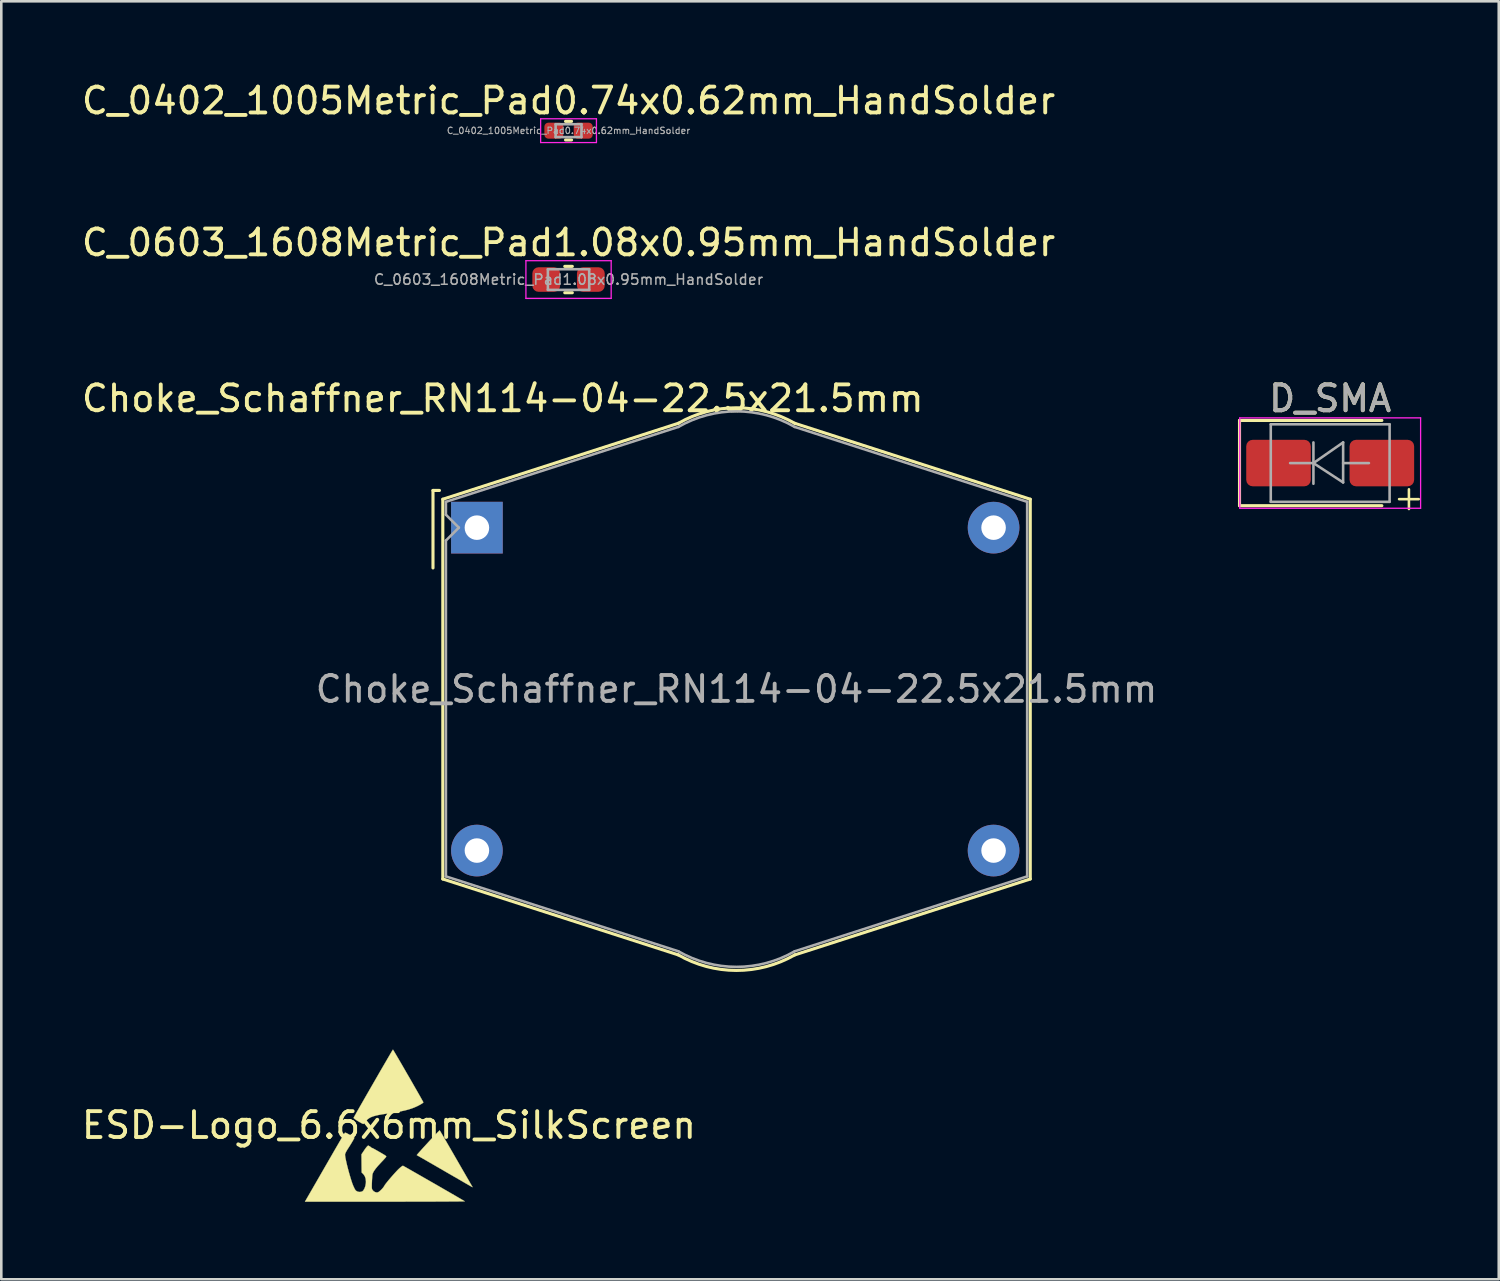
<source format=kicad_pcb>
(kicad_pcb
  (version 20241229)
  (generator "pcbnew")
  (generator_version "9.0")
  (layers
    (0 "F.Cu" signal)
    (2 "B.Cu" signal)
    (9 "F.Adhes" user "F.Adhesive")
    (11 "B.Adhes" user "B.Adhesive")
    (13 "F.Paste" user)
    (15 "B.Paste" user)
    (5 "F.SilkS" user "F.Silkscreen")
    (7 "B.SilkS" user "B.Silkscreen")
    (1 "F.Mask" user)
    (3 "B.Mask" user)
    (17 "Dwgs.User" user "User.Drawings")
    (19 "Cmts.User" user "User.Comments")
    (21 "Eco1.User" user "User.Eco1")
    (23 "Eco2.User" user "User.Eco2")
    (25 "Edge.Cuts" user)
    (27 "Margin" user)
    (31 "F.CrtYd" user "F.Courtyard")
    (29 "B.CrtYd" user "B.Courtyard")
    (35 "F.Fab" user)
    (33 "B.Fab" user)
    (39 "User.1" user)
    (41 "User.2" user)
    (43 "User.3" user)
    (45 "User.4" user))
  (footprint "Choke_Schaffner_RN114-04-22.5x21.5mm"
    (layer "F.Cu")
    (at 15.411 17.375)
    (property "Reference" "Choke_Schaffner_RN114-04-22.5x21.5mm" (at 1 -5 0) (layer "F.SilkS") (effects (font (size 1 1) (thickness 0.15))))
    (attr through_hole)
    (fp_line (start -1.7 -1.44) (end -1.7 1.56) (stroke (width 0.12) (type solid)) (layer "F.SilkS"))
    (fp_line (start -1.7 -1.44) (end -1.45 -1.44) (stroke (width 0.12) (type solid)) (layer "F.SilkS"))
    (fp_line (start -1.32 -1.1) (end 7.8 -4.04) (stroke (width 0.12) (type solid)) (layer "F.SilkS"))
    (fp_line (start -1.32 13.6) (end -1.32 -1.1) (stroke (width 0.12) (type solid)) (layer "F.SilkS"))
    (fp_line (start 7.8 16.54) (end -1.32 13.6) (stroke (width 0.12) (type solid)) (layer "F.SilkS"))
    (fp_line (start 12.3 -4.04) (end 21.42 -1.1) (stroke (width 0.12) (type solid)) (layer "F.SilkS"))
    (fp_line (start 21.42 -1.1) (end 21.42 13.6) (stroke (width 0.12) (type solid)) (layer "F.SilkS"))
    (fp_line (start 21.42 13.6) (end 12.3 16.54) (stroke (width 0.12) (type solid)) (layer "F.SilkS"))
    (fp_arc (start 7.8 -4.04) (mid 10.061443 -4.63982) (end 12.31982 -4.028557) (stroke (width 0.12) (type solid)) (layer "F.SilkS"))
    (fp_arc (start 12.3 16.54) (mid 10.038557 17.13982) (end 7.78018 16.528557) (stroke (width 0.12) (type solid)) (layer "F.SilkS"))
    (fp_line (start -1.2 -1) (end 7.8 -3.9) (stroke (width 0.1) (type solid)) (layer "F.Fab"))
    (fp_line (start -1.2 -0.5) (end -1.2 -1) (stroke (width 0.1) (type solid)) (layer "F.Fab"))
    (fp_line (start -1.2 0.5) (end -0.7 0) (stroke (width 0.1) (type solid)) (layer "F.Fab"))
    (fp_line (start -1.2 13.5) (end -1.2 0.5) (stroke (width 0.1) (type solid)) (layer "F.Fab"))
    (fp_line (start -0.7 0) (end -1.2 -0.5) (stroke (width 0.1) (type solid)) (layer "F.Fab"))
    (fp_line (start 7.8 16.4) (end -1.2 13.5) (stroke (width 0.1) (type solid)) (layer "F.Fab"))
    (fp_line (start 12.3 -3.9) (end 21.3 -1) (stroke (width 0.1) (type solid)) (layer "F.Fab"))
    (fp_line (start 21.3 -1) (end 21.3 13.5) (stroke (width 0.1) (type solid)) (layer "F.Fab"))
    (fp_line (start 21.3 13.5) (end 12.3 16.4) (stroke (width 0.1) (type solid)) (layer "F.Fab"))
    (fp_arc (start 7.8 -3.9) (mid 10.051443 -4.502499) (end 12.302499 -3.898557) (stroke (width 0.1) (type solid)) (layer "F.Fab"))
    (fp_arc (start 12.3 16.4) (mid 10.048557 17.002499) (end 7.797501 16.398557) (stroke (width 0.1) (type solid)) (layer "F.Fab"))
    (fp_text user "${REFERENCE}" (at 10.05 6.25 0) (layer "F.Fab") (effects (font (size 1 1) (thickness 0.15))))
    (pad "1" thru_hole rect (at 0 0) (size 2 2) (drill 0.95) (layers "*.Cu" "*.Mask"))
    (pad "2" thru_hole circle (at 20 0) (size 2 2) (drill 0.95) (layers "*.Cu" "*.Mask"))
    (pad "3" thru_hole circle (at 0 12.5) (size 2 2) (drill 0.95) (layers "*.Cu" "*.Mask"))
    (pad "4" thru_hole circle (at 20 12.5) (size 2 2) (drill 0.95) (layers "*.Cu" "*.Mask")))
  (footprint "D_SMA"
    (layer "F.Cu")
    (at 48.441 14.875)
    (property "Reference" "D_SMA" (at 0 -2.5 0) (layer "F.SilkS") (effects (font (size 1 1) (thickness 0.15))))
    (attr smd)
    (fp_line (start -3.51 -1.65) (end -3.51 1.65) (stroke (width 0.12) (type solid)) (layer "F.SilkS"))
    (fp_line (start -3.51 -1.65) (end 2 -1.65) (stroke (width 0.12) (type solid)) (layer "F.SilkS"))
    (fp_line (start -3.51 1.65) (end 2 1.65) (stroke (width 0.12) (type solid)) (layer "F.SilkS"))
    (fp_line (start 2.667 1.397) (end 3.429 1.397) (stroke (width 0.1) (type default)) (layer "F.SilkS"))
    (fp_line (start 3.048 1.016) (end 3.048 1.778) (stroke (width 0.1) (type default)) (layer "F.SilkS"))
    (fp_line (start -3.5 -1.75) (end 3.5 -1.75) (stroke (width 0.05) (type solid)) (layer "F.CrtYd"))
    (fp_line (start -3.5 1.75) (end -3.5 -1.75) (stroke (width 0.05) (type solid)) (layer "F.CrtYd"))
    (fp_line (start 3.5 -1.75) (end 3.5 1.75) (stroke (width 0.05) (type solid)) (layer "F.CrtYd"))
    (fp_line (start 3.5 1.75) (end -3.5 1.75) (stroke (width 0.05) (type solid)) (layer "F.CrtYd"))
    (fp_line (start -2.3 1.5) (end -2.3 -1.5) (stroke (width 0.1) (type solid)) (layer "F.Fab"))
    (fp_line (start -0.649 -0.799) (end -0.649 0.801) (stroke (width 0.1) (type solid)) (layer "F.Fab"))
    (fp_line (start -0.649 0.001) (end -1.551 0.001) (stroke (width 0.1) (type solid)) (layer "F.Fab"))
    (fp_line (start -0.649 0.001) (end 0.501 -0.799) (stroke (width 0.1) (type solid)) (layer "F.Fab"))
    (fp_line (start -0.649 0.001) (end 0.501 0.75) (stroke (width 0.1) (type solid)) (layer "F.Fab"))
    (fp_line (start 0.501 0.001) (end 1.499 0.001) (stroke (width 0.1) (type solid)) (layer "F.Fab"))
    (fp_line (start 0.501 0.75) (end 0.501 -0.799) (stroke (width 0.1) (type solid)) (layer "F.Fab"))
    (fp_line (start 2.3 -1.5) (end -2.3 -1.5) (stroke (width 0.1) (type solid)) (layer "F.Fab"))
    (fp_line (start 2.3 -1.5) (end 2.3 1.5) (stroke (width 0.1) (type solid)) (layer "F.Fab"))
    (fp_line (start 2.3 1.5) (end -2.3 1.5) (stroke (width 0.1) (type solid)) (layer "F.Fab"))
    (fp_text user "${REFERENCE}" (at 0 -2.5 0) (layer "F.Fab") (effects (font (size 1 1) (thickness 0.15))))
    (pad "1" smd roundrect (at -2 0) (size 2.5 1.8) (layers "F.Cu" "F.Mask" "F.Paste") (roundrect_rratio 0.139))
    (pad "2" smd roundrect (at 2 0) (size 2.5 1.8) (layers "F.Cu" "F.Mask" "F.Paste") (roundrect_rratio 0.139)))
  (footprint "ESD-Logo_6.6x6mm_SilkScreen"
    (layer "F.Cu")
    (at 12.006 40.507)
    (property "Reference" "ESD-Logo_6.6x6mm_SilkScreen" (at 0 0 0) (layer "F.SilkS") (effects (font (size 1 1) (thickness 0.15))))
    (attr exclude_from_pos_files exclude_from_bom)
    (fp_poly (pts (xy 1.988 0.235) (xy 1.999 0.254) (xy 2.024 0.297) (xy 2.063 0.364) (xy 2.113 0.45) (xy 2.174 0.555) (xy 2.244 0.675) (xy 2.321 0.809) (xy 2.405 0.955) (xy 2.495 1.11) (xy 2.587 1.27) (xy 2.681 1.433) (xy 2.771 1.59) (xy 2.857 1.738) (xy 2.936 1.874) (xy 3.007 1.998) (xy 3.069 2.105) (xy 3.121 2.195) (xy 3.161 2.265) (xy 3.189 2.313) (xy 3.202 2.335) (xy 3.223 2.372) (xy 3.234 2.396) (xy 3.235 2.4) (xy 3.221 2.392) (xy 3.182 2.37) (xy 3.12 2.335) (xy 3.038 2.288) (xy 2.937 2.23) (xy 2.82 2.162) (xy 2.688 2.085) (xy 2.543 2.002) (xy 2.387 1.912) (xy 2.223 1.817) (xy 2.161 1.781) (xy 1.993 1.684) (xy 1.834 1.592) (xy 1.684 1.505) (xy 1.546 1.426) (xy 1.422 1.354) (xy 1.314 1.292) (xy 1.223 1.24) (xy 1.153 1.2) (xy 1.104 1.172) (xy 1.08 1.158) (xy 1.077 1.157) (xy 1.085 1.145) (xy 1.111 1.114) (xy 1.153 1.066) (xy 1.208 1.004) (xy 1.274 0.93) (xy 1.347 0.849) (xy 1.426 0.763) (xy 1.508 0.674) (xy 1.589 0.586) (xy 1.668 0.502) (xy 1.741 0.423) (xy 1.807 0.354) (xy 1.862 0.298) (xy 1.903 0.256) (xy 1.917 0.242) (xy 1.964 0.198) (xy 1.988 0.235)) (stroke (width 0.01) (type solid)) (fill yes) (layer "F.SilkS"))
    (fp_poly (pts (xy 0.164 -2.914) (xy 0.187 -2.877) (xy 0.223 -2.817) (xy 0.269 -2.739) (xy 0.325 -2.643) (xy 0.389 -2.534) (xy 0.46 -2.412) (xy 0.536 -2.282) (xy 0.615 -2.144) (xy 0.697 -2.002) (xy 0.78 -1.859) (xy 0.862 -1.717) (xy 0.942 -1.577) (xy 1.018 -1.444) (xy 1.09 -1.319) (xy 1.155 -1.205) (xy 1.212 -1.105) (xy 1.259 -1.02) (xy 1.296 -0.954) (xy 1.321 -0.909) (xy 1.332 -0.888) (xy 1.332 -0.886) (xy 1.319 -0.868) (xy 1.281 -0.84) (xy 1.224 -0.805) (xy 1.152 -0.766) (xy 1.077 -0.729) (xy 0.975 -0.684) (xy 0.867 -0.644) (xy 0.75 -0.607) (xy 0.621 -0.573) (xy 0.475 -0.541) (xy 0.309 -0.51) (xy 0.119 -0.479) (xy -0.078 -0.45) (xy -0.248 -0.424) (xy -0.391 -0.399) (xy -0.511 -0.372) (xy -0.61 -0.344) (xy -0.693 -0.312) (xy -0.763 -0.275) (xy -0.823 -0.231) (xy -0.878 -0.181) (xy -0.896 -0.162) (xy -0.934 -0.119) (xy -0.962 -0.083) (xy -0.975 -0.062) (xy -0.976 -0.061) (xy -0.98 -0.05) (xy -0.996 -0.05) (xy -1.027 -0.062) (xy -1.075 -0.087) (xy -1.144 -0.126) (xy -1.193 -0.154) (xy -1.264 -0.199) (xy -1.32 -0.237) (xy -1.356 -0.266) (xy -1.369 -0.283) (xy -1.369 -0.283) (xy -1.361 -0.299) (xy -1.339 -0.34) (xy -1.304 -0.402) (xy -1.258 -0.485) (xy -1.201 -0.586) (xy -1.135 -0.702) (xy -1.061 -0.831) (xy -0.98 -0.972) (xy -0.895 -1.122) (xy -0.805 -1.278) (xy -0.713 -1.438) (xy -0.619 -1.601) (xy -0.525 -1.764) (xy -0.432 -1.925) (xy -0.342 -2.082) (xy -0.255 -2.231) (xy -0.173 -2.372) (xy -0.097 -2.502) (xy -0.029 -2.619) (xy 0.03 -2.72) (xy 0.079 -2.804) (xy 0.117 -2.868) (xy 0.143 -2.909) (xy 0.154 -2.927) (xy 0.155 -2.927) (xy 0.164 -2.914)) (stroke (width 0.01) (type solid)) (fill yes) (layer "F.SilkS"))
    (fp_poly (pts (xy -1.678 0.291) (xy -1.645 0.304) (xy -1.596 0.329) (xy -1.525 0.368) (xy -1.519 0.371) (xy -1.454 0.408) (xy -1.398 0.441) (xy -1.359 0.466) (xy -1.34 0.48) (xy -1.339 0.48) (xy -1.344 0.499) (xy -1.365 0.542) (xy -1.4 0.605) (xy -1.449 0.687) (xy -1.509 0.785) (xy -1.581 0.898) (xy -1.599 0.925) (xy -1.645 1.002) (xy -1.679 1.068) (xy -1.697 1.117) (xy -1.699 1.127) (xy -1.698 1.169) (xy -1.689 1.237) (xy -1.672 1.326) (xy -1.649 1.431) (xy -1.622 1.548) (xy -1.59 1.673) (xy -1.556 1.801) (xy -1.52 1.928) (xy -1.484 2.049) (xy -1.449 2.161) (xy -1.416 2.259) (xy -1.385 2.338) (xy -1.364 2.385) (xy -1.34 2.435) (xy -1.316 2.483) (xy -1.315 2.486) (xy -1.276 2.534) (xy -1.22 2.567) (xy -1.154 2.582) (xy -1.088 2.58) (xy -1.029 2.558) (xy -0.996 2.529) (xy -0.948 2.451) (xy -0.913 2.352) (xy -0.894 2.245) (xy -0.891 2.184) (xy -0.902 2.07) (xy -0.934 1.976) (xy -0.989 1.896) (xy -1.006 1.879) (xy -1.057 1.829) (xy -1.061 1.479) (xy -1.064 1.129) (xy -0.975 0.995) (xy -0.933 0.933) (xy -0.893 0.878) (xy -0.86 0.837) (xy -0.846 0.822) (xy -0.806 0.785) (xy -0.751 0.814) (xy -0.717 0.835) (xy -0.698 0.851) (xy -0.697 0.854) (xy -0.684 0.867) (xy -0.662 0.876) (xy -0.641 0.884) (xy -0.608 0.9) (xy -0.562 0.925) (xy -0.498 0.961) (xy -0.415 1.008) (xy -0.309 1.069) (xy -0.252 1.103) (xy -0.184 1.143) (xy -0.14 1.172) (xy -0.115 1.192) (xy -0.106 1.208) (xy -0.107 1.222) (xy -0.109 1.225) (xy -0.125 1.245) (xy -0.158 1.284) (xy -0.205 1.336) (xy -0.262 1.397) (xy -0.311 1.449) (xy -0.425 1.573) (xy -0.514 1.68) (xy -0.579 1.771) (xy -0.621 1.849) (xy -0.635 1.888) (xy -0.641 1.922) (xy -0.647 1.981) (xy -0.652 2.057) (xy -0.657 2.144) (xy -0.659 2.199) (xy -0.663 2.294) (xy -0.664 2.364) (xy -0.663 2.413) (xy -0.66 2.448) (xy -0.653 2.473) (xy -0.644 2.493) (xy -0.636 2.506) (xy -0.592 2.555) (xy -0.534 2.589) (xy -0.474 2.603) (xy -0.429 2.598) (xy -0.388 2.575) (xy -0.337 2.533) (xy -0.283 2.481) (xy -0.233 2.425) (xy -0.194 2.372) (xy -0.179 2.346) (xy -0.158 2.311) (xy -0.118 2.257) (xy -0.065 2.19) (xy -0.001 2.112) (xy 0.07 2.029) (xy 0.144 1.944) (xy 0.218 1.861) (xy 0.288 1.785) (xy 0.35 1.72) (xy 0.399 1.673) (xy 0.454 1.625) (xy 0.5 1.59) (xy 0.532 1.571) (xy 0.542 1.569) (xy 0.559 1.577) (xy 0.6 1.6) (xy 0.663 1.635) (xy 0.745 1.682) (xy 0.845 1.739) (xy 0.96 1.805) (xy 1.088 1.878) (xy 1.226 1.957) (xy 1.372 2.041) (xy 1.524 2.128) (xy 1.679 2.217) (xy 1.835 2.306) (xy 1.989 2.395) (xy 2.139 2.482) (xy 2.284 2.565) (xy 2.42 2.644) (xy 2.545 2.716) (xy 2.656 2.781) (xy 2.753 2.837) (xy 2.831 2.883) (xy 2.889 2.917) (xy 2.924 2.938) (xy 2.934 2.945) (xy 2.92 2.946) (xy 2.877 2.948) (xy 2.806 2.949) (xy 2.708 2.95) (xy 2.584 2.951) (xy 2.437 2.952) (xy 2.268 2.953) (xy 2.078 2.954) (xy 1.868 2.955) (xy 1.64 2.956) (xy 1.396 2.956) (xy 1.137 2.957) (xy 0.864 2.957) (xy 0.579 2.958) (xy 0.282 2.958) (xy -0.023 2.958) (xy -0.151 2.958) (xy -3.251 2.958) (xy -3.03 2.575) (xy -2.983 2.494) (xy -2.923 2.389) (xy -2.851 2.265) (xy -2.77 2.124) (xy -2.682 1.971) (xy -2.588 1.808) (xy -2.491 1.639) (xy -2.392 1.468) (xy -2.294 1.298) (xy -2.269 1.255) (xy -2.179 1.098) (xy -2.093 0.949) (xy -2.012 0.81) (xy -1.938 0.682) (xy -1.872 0.569) (xy -1.816 0.473) (xy -1.77 0.395) (xy -1.736 0.338) (xy -1.716 0.305) (xy -1.71 0.296) (xy -1.698 0.289) (xy -1.678 0.291)) (stroke (width 0.01) (type solid)) (fill yes) (layer "F.SilkS")))
  (footprint "C_0402_1005Metric_Pad0.74x0.62mm_HandSolder"
    (layer "F.Cu")
    (at 18.958 2.008)
    (property "Reference" "C_0402_1005Metric_Pad0.74x0.62mm_HandSolder" (at 0 -1.16 0) (layer "F.SilkS") (effects (font (size 1 1) (thickness 0.15))))
    (attr smd)
    (fp_line (start -0.116 -0.36) (end 0.116 -0.36) (stroke (width 0.12) (type solid)) (layer "F.SilkS"))
    (fp_line (start -0.116 0.36) (end 0.116 0.36) (stroke (width 0.12) (type solid)) (layer "F.SilkS"))
    (fp_line (start -1.08 -0.46) (end 1.08 -0.46) (stroke (width 0.05) (type solid)) (layer "F.CrtYd"))
    (fp_line (start -1.08 0.46) (end -1.08 -0.46) (stroke (width 0.05) (type solid)) (layer "F.CrtYd"))
    (fp_line (start 1.08 -0.46) (end 1.08 0.46) (stroke (width 0.05) (type solid)) (layer "F.CrtYd"))
    (fp_line (start 1.08 0.46) (end -1.08 0.46) (stroke (width 0.05) (type solid)) (layer "F.CrtYd"))
    (fp_line (start -0.5 -0.25) (end 0.5 -0.25) (stroke (width 0.1) (type solid)) (layer "F.Fab"))
    (fp_line (start -0.5 0.25) (end -0.5 -0.25) (stroke (width 0.1) (type solid)) (layer "F.Fab"))
    (fp_line (start 0.5 -0.25) (end 0.5 0.25) (stroke (width 0.1) (type solid)) (layer "F.Fab"))
    (fp_line (start 0.5 0.25) (end -0.5 0.25) (stroke (width 0.1) (type solid)) (layer "F.Fab"))
    (fp_text user "${REFERENCE}" (at 0 0 0) (layer "F.Fab") (effects (font (size 0.25 0.25) (thickness 0.04))))
    (pad "1" smd roundrect (at -0.568 0) (size 0.735 0.62) (layers "F.Cu" "F.Mask" "F.Paste") (roundrect_rratio 0.25))
    (pad "2" smd roundrect (at 0.568 0) (size 0.735 0.62) (layers "F.Cu" "F.Mask" "F.Paste") (roundrect_rratio 0.25)))
  (footprint "C_0603_1608Metric_Pad1.08x0.95mm_HandSolder"
    (layer "F.Cu")
    (at 18.958 7.771)
    (property "Reference" "C_0603_1608Metric_Pad1.08x0.95mm_HandSolder" (at 0 -1.43 0) (layer "F.SilkS") (effects (font (size 1 1) (thickness 0.15))))
    (attr smd)
    (fp_line (start -0.146 -0.51) (end 0.146 -0.51) (stroke (width 0.12) (type solid)) (layer "F.SilkS"))
    (fp_line (start -0.146 0.51) (end 0.146 0.51) (stroke (width 0.12) (type solid)) (layer "F.SilkS"))
    (fp_line (start -1.65 -0.73) (end 1.65 -0.73) (stroke (width 0.05) (type solid)) (layer "F.CrtYd"))
    (fp_line (start -1.65 0.73) (end -1.65 -0.73) (stroke (width 0.05) (type solid)) (layer "F.CrtYd"))
    (fp_line (start 1.65 -0.73) (end 1.65 0.73) (stroke (width 0.05) (type solid)) (layer "F.CrtYd"))
    (fp_line (start 1.65 0.73) (end -1.65 0.73) (stroke (width 0.05) (type solid)) (layer "F.CrtYd"))
    (fp_line (start -0.8 -0.4) (end 0.8 -0.4) (stroke (width 0.1) (type solid)) (layer "F.Fab"))
    (fp_line (start -0.8 0.4) (end -0.8 -0.4) (stroke (width 0.1) (type solid)) (layer "F.Fab"))
    (fp_line (start 0.8 -0.4) (end 0.8 0.4) (stroke (width 0.1) (type solid)) (layer "F.Fab"))
    (fp_line (start 0.8 0.4) (end -0.8 0.4) (stroke (width 0.1) (type solid)) (layer "F.Fab"))
    (fp_text user "${REFERENCE}" (at 0 0 0) (layer "F.Fab") (effects (font (size 0.4 0.4) (thickness 0.06))))
    (pad "1" smd roundrect (at -0.863 0) (size 1.075 0.95) (layers "F.Cu" "F.Mask" "F.Paste") (roundrect_rratio 0.25))
    (pad "2" smd roundrect (at 0.863 0) (size 1.075 0.95) (layers "F.Cu" "F.Mask" "F.Paste") (roundrect_rratio 0.25)))
  (gr_rect
    (start -3 -3)
    (end 54.966 46.47)
    (stroke (width 0.1) (type default))
    (fill no)
    (layer "Edge.Cuts")))
</source>
